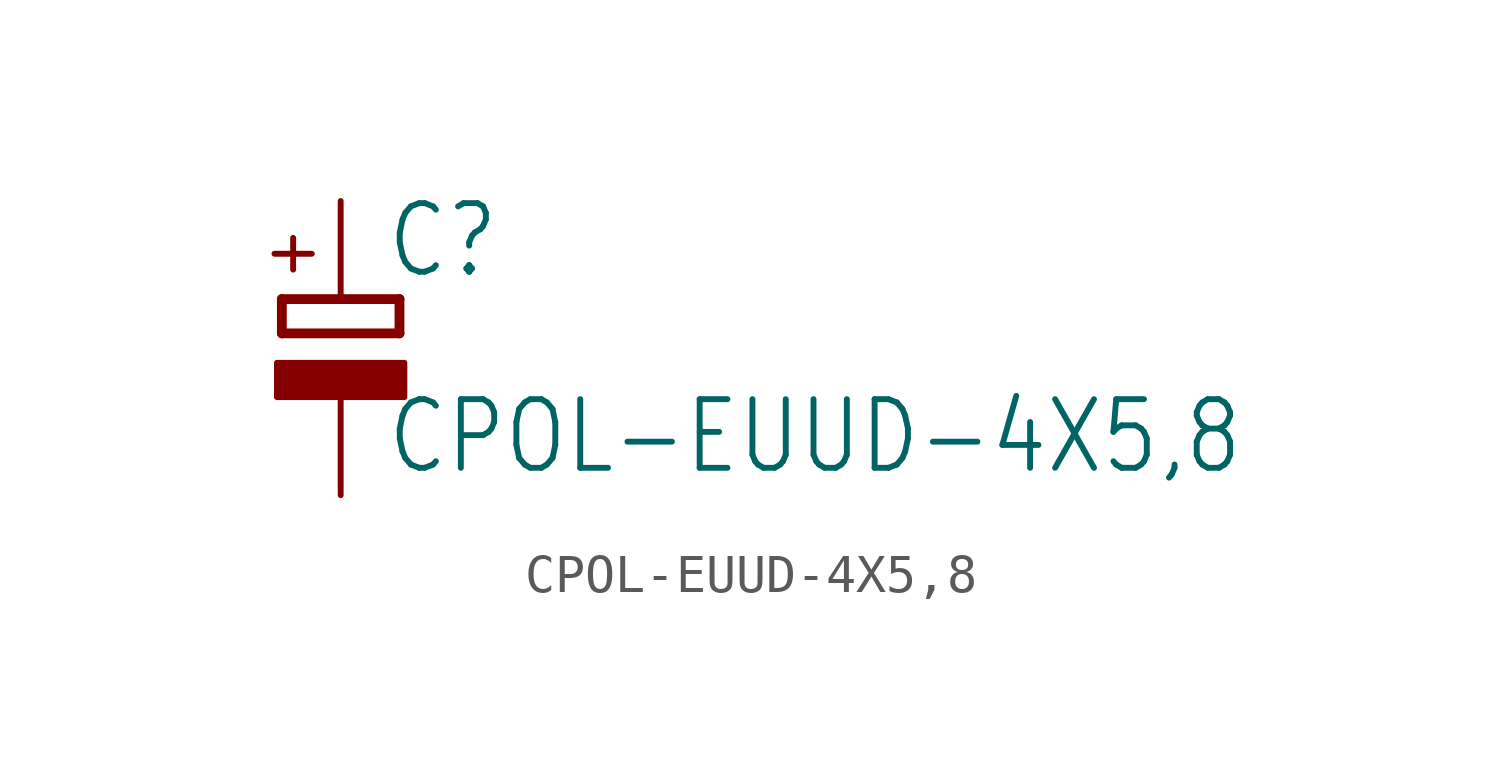
<source format=kicad_sym>
(kicad_symbol_lib
  (version 20211014)
  (generator kicad_symbol_editor)
  (symbol "CPOL-EUUD-4X5,8"
    (property "Reference" "C"
      (at 1.143 0.483 0)
      (effects (font (size 1.778 1.511)) (justify left bottom)))
    (property "Value" "CPOL-EUUD-4X5,8"
      (at 1.143 -4.597 0)
      (effects (font (size 1.778 1.511)) (justify left bottom)))
    (property "ki_locked" ""
      (at 0 0 0)
      (effects (font (size 1.27 1.27))))
    (symbol "CPOL-EUUD-4X5,8_1_0"
      (rectangle (start -1.651 -2.54) (end 1.651 -1.651) (stroke (width 0) (type default) (color 0 0 0 0)) (fill (type outline)))
      (polyline (pts (xy -1.524 -0.889) (xy 1.524 -0.889)) (stroke (width 0.254) (type default) (color 0 0 0 0)) (fill (type none)))
      (polyline (pts (xy -1.524 0) (xy -1.524 -0.889)) (stroke (width 0.254) (type default) (color 0 0 0 0)) (fill (type none)))
      (polyline (pts (xy -1.524 0) (xy 1.524 0)) (stroke (width 0.254) (type default) (color 0 0 0 0)) (fill (type none)))
      (polyline (pts (xy 1.524 -0.889) (xy 1.524 0)) (stroke (width 0.254) (type default) (color 0 0 0 0)) (fill (type none)))
      (text "+" (at -0.584 0.406 900) (effects (font (size 1.27 1.079)) (justify left bottom)))
      (pin passive line (at 0 2.54 270) (length 2.54) (name "+" (effects (font (size 0 0)))) (number "+" (effects (font (size 0 0)))))
      (pin passive line (at 0 -5.08 90) (length 2.54) (name "-" (effects (font (size 0 0)))) (number "-" (effects (font (size 0 0))))))))
</source>
